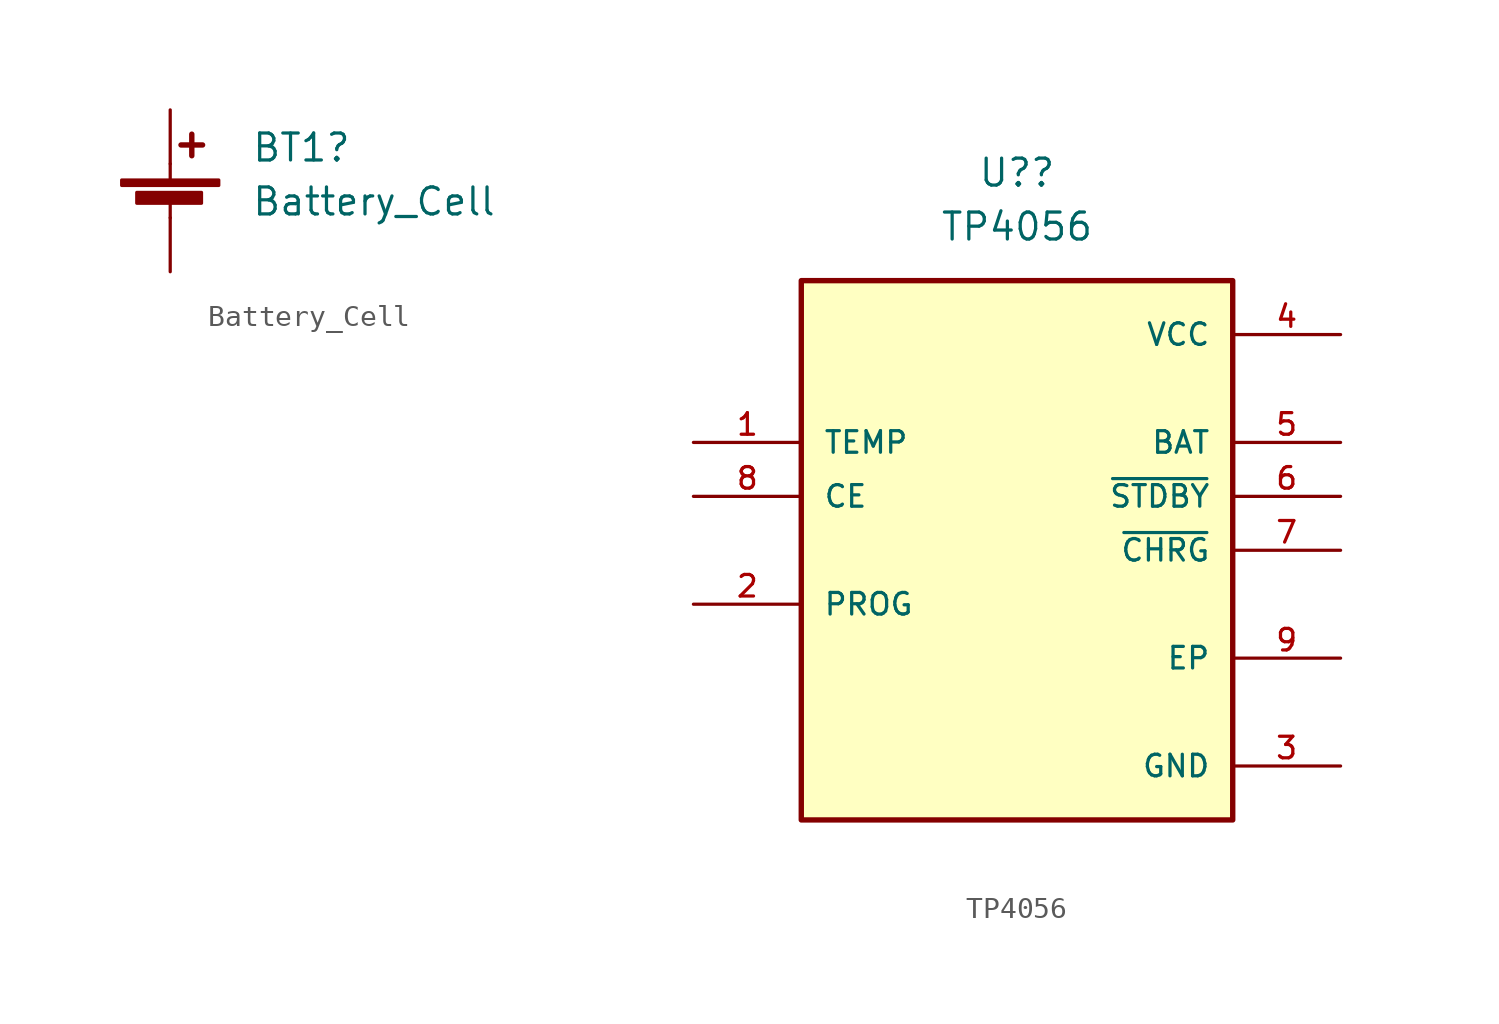
<source format=kicad_sym>
(kicad_symbol_lib
  (version 20211014)
  (generator kicad_symbol_editor)
  (symbol "Battery_Cell"
    (pin_numbers hide)
    (pin_names
      (offset 0) hide)
    (property "Reference" "BT1"
      (at 3.81 3.302 0)
      (effects (font (size 1.27 1.27)) (justify left)))
    (property "Value" "Battery_Cell"
      (at 3.81 0.762 0)
      (effects (font (size 1.27 1.27)) (justify left)))
    (symbol "Battery_Cell_0_1"
      (rectangle (start -2.286 1.778) (end 2.286 1.524) (stroke (width 0) (type default) (color 0 0 0 0)) (fill (type outline)))
      (rectangle (start -1.575 1.194) (end 1.473 0.686) (stroke (width 0) (type default) (color 0 0 0 0)) (fill (type outline)))
      (polyline (pts (xy 0 0.762) (xy 0 0)) (stroke (width 0) (type default) (color 0 0 0 0)) (fill (type none)))
      (polyline (pts (xy 0 1.778) (xy 0 2.54)) (stroke (width 0) (type default) (color 0 0 0 0)) (fill (type none)))
      (polyline (pts (xy 0.508 3.429) (xy 1.524 3.429)) (stroke (width 0.254) (type default) (color 0 0 0 0)) (fill (type none)))
      (polyline (pts (xy 1.016 3.937) (xy 1.016 2.921)) (stroke (width 0.254) (type default) (color 0 0 0 0)) (fill (type none))))
    (symbol "Battery_Cell_1_1"
      (pin passive line (at 0 -2.54 90) (length 2.54) (name "-" (effects (font (size 1.27 1.27)))) (number "1" (effects (font (size 1.27 1.27)))))
      (pin passive line (at 0 5.08 270) (length 2.54) (name "+" (effects (font (size 1.27 1.27)))) (number "2" (effects (font (size 1.27 1.27)))))))
  (symbol "TP4056"
    (pin_names
      (offset 1.016))
    (property "Reference" "U?"
      (at 0 17.78 0)
      (effects (font (size 1.27 1.27))))
    (property "Value" "TP4056"
      (at 0 15.24 0)
      (effects (font (size 1.27 1.27))))
    (symbol "TP4056_0_0"
      (rectangle (start -10.16 -12.7) (end 10.16 12.7) (stroke (width 0.254) (type default) (color 0 0 0 0)) (fill (type background)))
      (pin input line (at -15.24 5.08 0) (length 5.08) (name "TEMP" (effects (font (size 1.016 1.016)))) (number "1" (effects (font (size 1.016 1.016)))))
      (pin bidirectional line (at -15.24 -2.54 0) (length 5.08) (name "PROG" (effects (font (size 1.016 1.016)))) (number "2" (effects (font (size 1.016 1.016)))))
      (pin power_in line (at 15.24 -10.16 180) (length 5.08) (name "GND" (effects (font (size 1.016 1.016)))) (number "3" (effects (font (size 1.016 1.016)))))
      (pin power_in line (at 15.24 10.16 180) (length 5.08) (name "VCC" (effects (font (size 1.016 1.016)))) (number "4" (effects (font (size 1.016 1.016)))))
      (pin output line (at 15.24 5.08 180) (length 5.08) (name "BAT" (effects (font (size 1.016 1.016)))) (number "5" (effects (font (size 1.016 1.016)))))
      (pin output line (at 15.24 2.54 180) (length 5.08) (name "~{STDBY}" (effects (font (size 1.016 1.016)))) (number "6" (effects (font (size 1.016 1.016)))))
      (pin output line (at 15.24 0 180) (length 5.08) (name "~{CHRG}" (effects (font (size 1.016 1.016)))) (number "7" (effects (font (size 1.016 1.016)))))
      (pin input line (at -15.24 2.54 0) (length 5.08) (name "CE" (effects (font (size 1.016 1.016)))) (number "8" (effects (font (size 1.016 1.016)))))
      (pin passive line (at 15.24 -5.08 180) (length 5.08) (name "EP" (effects (font (size 1.016 1.016)))) (number "9" (effects (font (size 1.016 1.016))))))))
</source>
